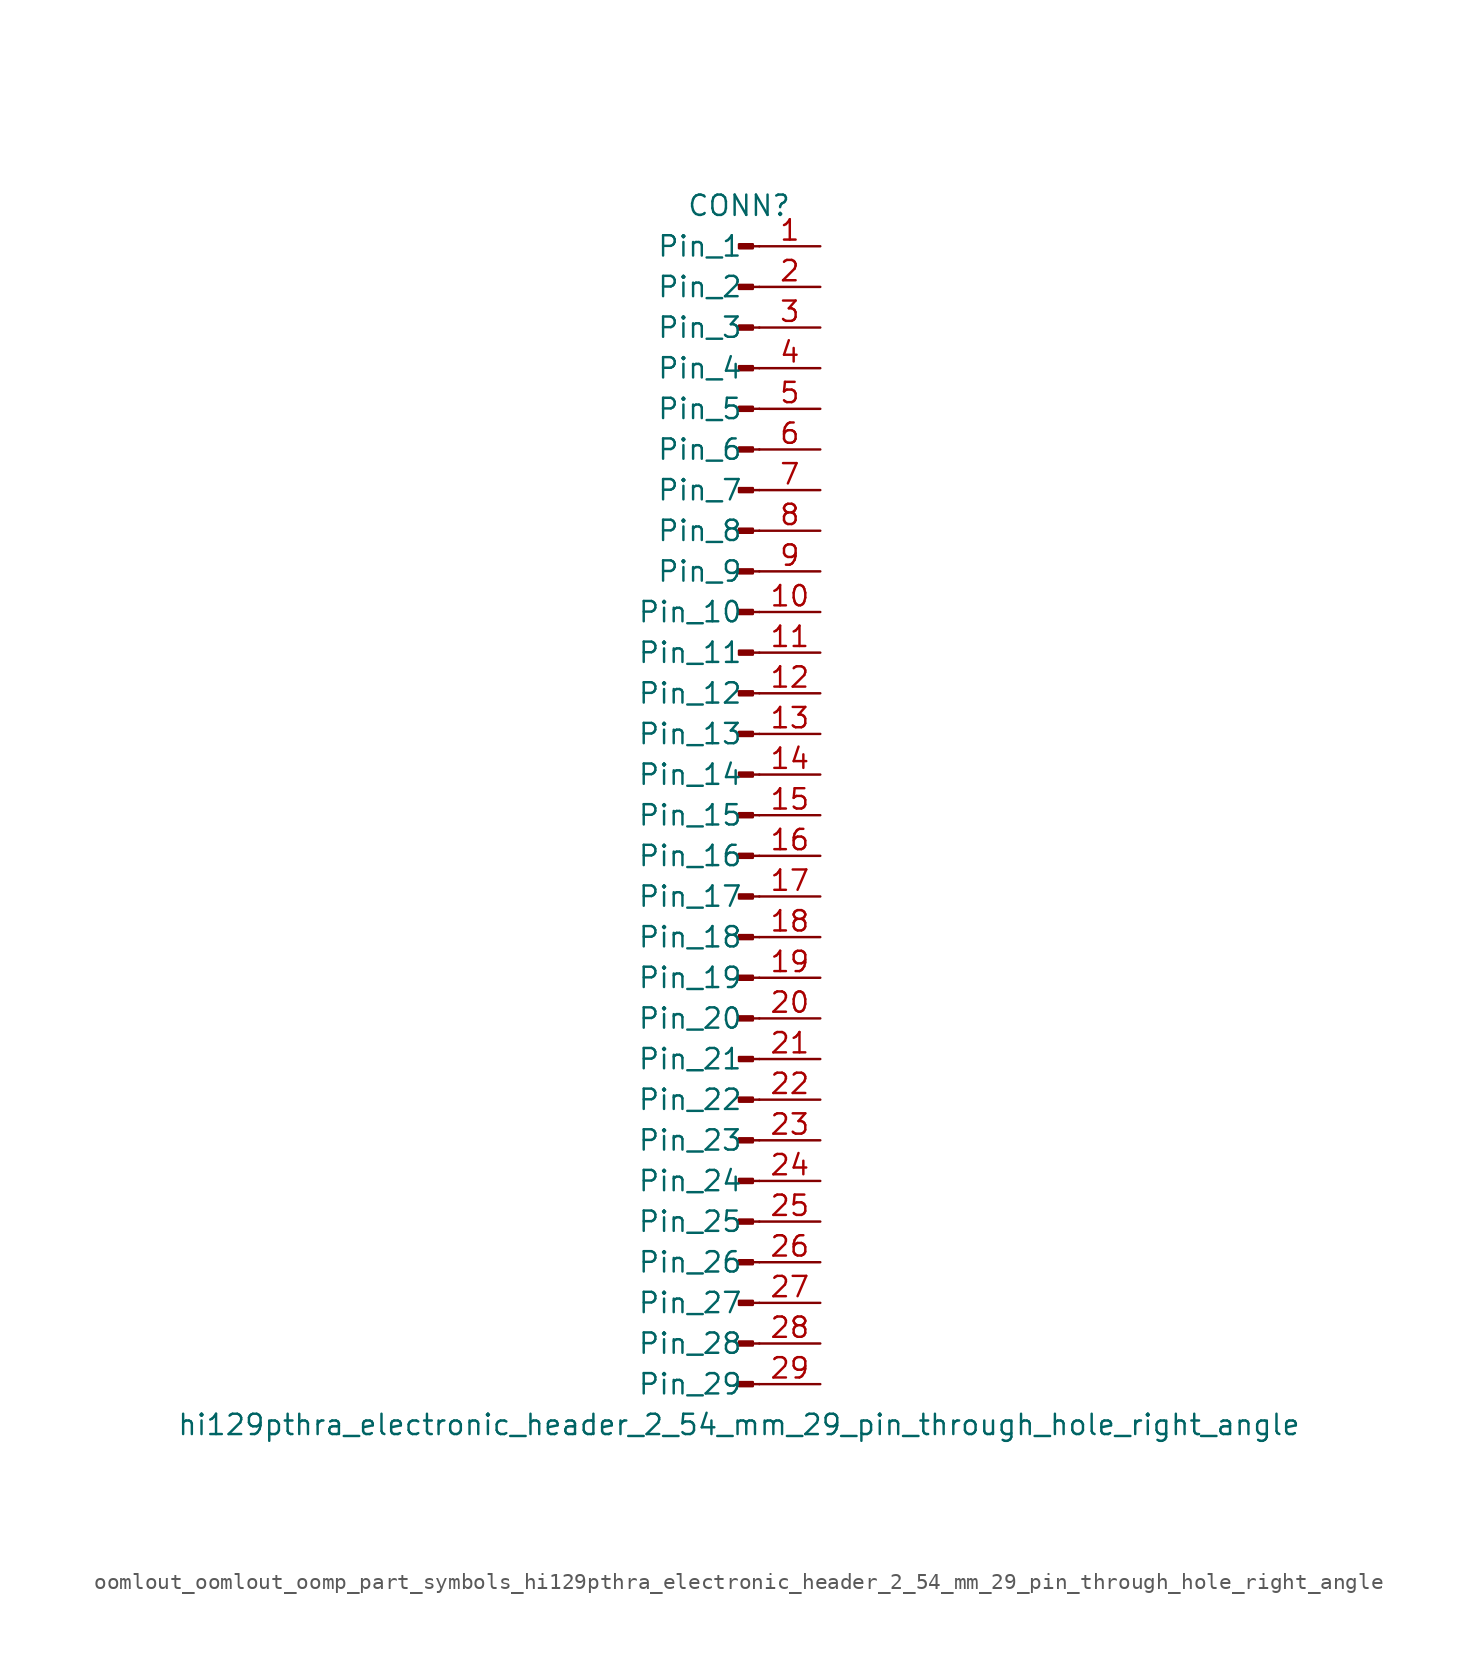
<source format=kicad_sym>
(kicad_symbol_lib
  (version 20220914)
  (generator kicad_symbol_editor)
  (symbol "oomlout_oomlout_oomp_part_symbols_hi129pthra_electronic_header_2_54_mm_29_pin_through_hole_right_angle"
    (pin_names
      (offset 1.016))
    (property "Reference" "CONN"
      (at 0 38.1 0)
      (effects (font (size 1.27 1.27))))
    (property "Value" "hi129pthra_electronic_header_2_54_mm_29_pin_through_hole_right_angle"
      (at 0 -38.1 0)
      (effects (font (size 1.27 1.27))))
    (property "ki_locked" ""
      (at 0 0 0)
      (effects (font (size 1.27 1.27))))
    (symbol "oomlout_oomlout_oomp_part_symbols_hi129pthra_electronic_header_2_54_mm_29_pin_through_hole_right_angle_1_1"
      (polyline (pts (xy 1.27 -35.56) (xy 0.864 -35.56)) (stroke (width 0.152) (type default)) (fill (type none)))
      (polyline (pts (xy 1.27 -33.02) (xy 0.864 -33.02)) (stroke (width 0.152) (type default)) (fill (type none)))
      (polyline (pts (xy 1.27 -30.48) (xy 0.864 -30.48)) (stroke (width 0.152) (type default)) (fill (type none)))
      (polyline (pts (xy 1.27 -27.94) (xy 0.864 -27.94)) (stroke (width 0.152) (type default)) (fill (type none)))
      (polyline (pts (xy 1.27 -25.4) (xy 0.864 -25.4)) (stroke (width 0.152) (type default)) (fill (type none)))
      (polyline (pts (xy 1.27 -22.86) (xy 0.864 -22.86)) (stroke (width 0.152) (type default)) (fill (type none)))
      (polyline (pts (xy 1.27 -20.32) (xy 0.864 -20.32)) (stroke (width 0.152) (type default)) (fill (type none)))
      (polyline (pts (xy 1.27 -17.78) (xy 0.864 -17.78)) (stroke (width 0.152) (type default)) (fill (type none)))
      (polyline (pts (xy 1.27 -15.24) (xy 0.864 -15.24)) (stroke (width 0.152) (type default)) (fill (type none)))
      (polyline (pts (xy 1.27 -12.7) (xy 0.864 -12.7)) (stroke (width 0.152) (type default)) (fill (type none)))
      (polyline (pts (xy 1.27 -10.16) (xy 0.864 -10.16)) (stroke (width 0.152) (type default)) (fill (type none)))
      (polyline (pts (xy 1.27 -7.62) (xy 0.864 -7.62)) (stroke (width 0.152) (type default)) (fill (type none)))
      (polyline (pts (xy 1.27 -5.08) (xy 0.864 -5.08)) (stroke (width 0.152) (type default)) (fill (type none)))
      (polyline (pts (xy 1.27 -2.54) (xy 0.864 -2.54)) (stroke (width 0.152) (type default)) (fill (type none)))
      (polyline (pts (xy 1.27 0) (xy 0.864 0)) (stroke (width 0.152) (type default)) (fill (type none)))
      (polyline (pts (xy 1.27 2.54) (xy 0.864 2.54)) (stroke (width 0.152) (type default)) (fill (type none)))
      (polyline (pts (xy 1.27 5.08) (xy 0.864 5.08)) (stroke (width 0.152) (type default)) (fill (type none)))
      (polyline (pts (xy 1.27 7.62) (xy 0.864 7.62)) (stroke (width 0.152) (type default)) (fill (type none)))
      (polyline (pts (xy 1.27 10.16) (xy 0.864 10.16)) (stroke (width 0.152) (type default)) (fill (type none)))
      (polyline (pts (xy 1.27 12.7) (xy 0.864 12.7)) (stroke (width 0.152) (type default)) (fill (type none)))
      (polyline (pts (xy 1.27 15.24) (xy 0.864 15.24)) (stroke (width 0.152) (type default)) (fill (type none)))
      (polyline (pts (xy 1.27 17.78) (xy 0.864 17.78)) (stroke (width 0.152) (type default)) (fill (type none)))
      (polyline (pts (xy 1.27 20.32) (xy 0.864 20.32)) (stroke (width 0.152) (type default)) (fill (type none)))
      (polyline (pts (xy 1.27 22.86) (xy 0.864 22.86)) (stroke (width 0.152) (type default)) (fill (type none)))
      (polyline (pts (xy 1.27 25.4) (xy 0.864 25.4)) (stroke (width 0.152) (type default)) (fill (type none)))
      (polyline (pts (xy 1.27 27.94) (xy 0.864 27.94)) (stroke (width 0.152) (type default)) (fill (type none)))
      (polyline (pts (xy 1.27 30.48) (xy 0.864 30.48)) (stroke (width 0.152) (type default)) (fill (type none)))
      (polyline (pts (xy 1.27 33.02) (xy 0.864 33.02)) (stroke (width 0.152) (type default)) (fill (type none)))
      (polyline (pts (xy 1.27 35.56) (xy 0.864 35.56)) (stroke (width 0.152) (type default)) (fill (type none)))
      (rectangle (start 0.864 -35.433) (end 0 -35.687) (stroke (width 0.152) (type default)) (fill (type outline)))
      (rectangle (start 0.864 -32.893) (end 0 -33.147) (stroke (width 0.152) (type default)) (fill (type outline)))
      (rectangle (start 0.864 -30.353) (end 0 -30.607) (stroke (width 0.152) (type default)) (fill (type outline)))
      (rectangle (start 0.864 -27.813) (end 0 -28.067) (stroke (width 0.152) (type default)) (fill (type outline)))
      (rectangle (start 0.864 -25.273) (end 0 -25.527) (stroke (width 0.152) (type default)) (fill (type outline)))
      (rectangle (start 0.864 -22.733) (end 0 -22.987) (stroke (width 0.152) (type default)) (fill (type outline)))
      (rectangle (start 0.864 -20.193) (end 0 -20.447) (stroke (width 0.152) (type default)) (fill (type outline)))
      (rectangle (start 0.864 -17.653) (end 0 -17.907) (stroke (width 0.152) (type default)) (fill (type outline)))
      (rectangle (start 0.864 -15.113) (end 0 -15.367) (stroke (width 0.152) (type default)) (fill (type outline)))
      (rectangle (start 0.864 -12.573) (end 0 -12.827) (stroke (width 0.152) (type default)) (fill (type outline)))
      (rectangle (start 0.864 -10.033) (end 0 -10.287) (stroke (width 0.152) (type default)) (fill (type outline)))
      (rectangle (start 0.864 -7.493) (end 0 -7.747) (stroke (width 0.152) (type default)) (fill (type outline)))
      (rectangle (start 0.864 -4.953) (end 0 -5.207) (stroke (width 0.152) (type default)) (fill (type outline)))
      (rectangle (start 0.864 -2.413) (end 0 -2.667) (stroke (width 0.152) (type default)) (fill (type outline)))
      (rectangle (start 0.864 0.127) (end 0 -0.127) (stroke (width 0.152) (type default)) (fill (type outline)))
      (rectangle (start 0.864 2.667) (end 0 2.413) (stroke (width 0.152) (type default)) (fill (type outline)))
      (rectangle (start 0.864 5.207) (end 0 4.953) (stroke (width 0.152) (type default)) (fill (type outline)))
      (rectangle (start 0.864 7.747) (end 0 7.493) (stroke (width 0.152) (type default)) (fill (type outline)))
      (rectangle (start 0.864 10.287) (end 0 10.033) (stroke (width 0.152) (type default)) (fill (type outline)))
      (rectangle (start 0.864 12.827) (end 0 12.573) (stroke (width 0.152) (type default)) (fill (type outline)))
      (rectangle (start 0.864 15.367) (end 0 15.113) (stroke (width 0.152) (type default)) (fill (type outline)))
      (rectangle (start 0.864 17.907) (end 0 17.653) (stroke (width 0.152) (type default)) (fill (type outline)))
      (rectangle (start 0.864 20.447) (end 0 20.193) (stroke (width 0.152) (type default)) (fill (type outline)))
      (rectangle (start 0.864 22.987) (end 0 22.733) (stroke (width 0.152) (type default)) (fill (type outline)))
      (rectangle (start 0.864 25.527) (end 0 25.273) (stroke (width 0.152) (type default)) (fill (type outline)))
      (rectangle (start 0.864 28.067) (end 0 27.813) (stroke (width 0.152) (type default)) (fill (type outline)))
      (rectangle (start 0.864 30.607) (end 0 30.353) (stroke (width 0.152) (type default)) (fill (type outline)))
      (rectangle (start 0.864 33.147) (end 0 32.893) (stroke (width 0.152) (type default)) (fill (type outline)))
      (rectangle (start 0.864 35.687) (end 0 35.433) (stroke (width 0.152) (type default)) (fill (type outline)))
      (pin passive line (at 5.08 35.56 180) (length 3.81) (name "Pin_1" (effects (font (size 1.27 1.27)))) (number "1" (effects (font (size 1.27 1.27)))))
      (pin passive line (at 5.08 12.7 180) (length 3.81) (name "Pin_10" (effects (font (size 1.27 1.27)))) (number "10" (effects (font (size 1.27 1.27)))))
      (pin passive line (at 5.08 10.16 180) (length 3.81) (name "Pin_11" (effects (font (size 1.27 1.27)))) (number "11" (effects (font (size 1.27 1.27)))))
      (pin passive line (at 5.08 7.62 180) (length 3.81) (name "Pin_12" (effects (font (size 1.27 1.27)))) (number "12" (effects (font (size 1.27 1.27)))))
      (pin passive line (at 5.08 5.08 180) (length 3.81) (name "Pin_13" (effects (font (size 1.27 1.27)))) (number "13" (effects (font (size 1.27 1.27)))))
      (pin passive line (at 5.08 2.54 180) (length 3.81) (name "Pin_14" (effects (font (size 1.27 1.27)))) (number "14" (effects (font (size 1.27 1.27)))))
      (pin passive line (at 5.08 0 180) (length 3.81) (name "Pin_15" (effects (font (size 1.27 1.27)))) (number "15" (effects (font (size 1.27 1.27)))))
      (pin passive line (at 5.08 -2.54 180) (length 3.81) (name "Pin_16" (effects (font (size 1.27 1.27)))) (number "16" (effects (font (size 1.27 1.27)))))
      (pin passive line (at 5.08 -5.08 180) (length 3.81) (name "Pin_17" (effects (font (size 1.27 1.27)))) (number "17" (effects (font (size 1.27 1.27)))))
      (pin passive line (at 5.08 -7.62 180) (length 3.81) (name "Pin_18" (effects (font (size 1.27 1.27)))) (number "18" (effects (font (size 1.27 1.27)))))
      (pin passive line (at 5.08 -10.16 180) (length 3.81) (name "Pin_19" (effects (font (size 1.27 1.27)))) (number "19" (effects (font (size 1.27 1.27)))))
      (pin passive line (at 5.08 33.02 180) (length 3.81) (name "Pin_2" (effects (font (size 1.27 1.27)))) (number "2" (effects (font (size 1.27 1.27)))))
      (pin passive line (at 5.08 -12.7 180) (length 3.81) (name "Pin_20" (effects (font (size 1.27 1.27)))) (number "20" (effects (font (size 1.27 1.27)))))
      (pin passive line (at 5.08 -15.24 180) (length 3.81) (name "Pin_21" (effects (font (size 1.27 1.27)))) (number "21" (effects (font (size 1.27 1.27)))))
      (pin passive line (at 5.08 -17.78 180) (length 3.81) (name "Pin_22" (effects (font (size 1.27 1.27)))) (number "22" (effects (font (size 1.27 1.27)))))
      (pin passive line (at 5.08 -20.32 180) (length 3.81) (name "Pin_23" (effects (font (size 1.27 1.27)))) (number "23" (effects (font (size 1.27 1.27)))))
      (pin passive line (at 5.08 -22.86 180) (length 3.81) (name "Pin_24" (effects (font (size 1.27 1.27)))) (number "24" (effects (font (size 1.27 1.27)))))
      (pin passive line (at 5.08 -25.4 180) (length 3.81) (name "Pin_25" (effects (font (size 1.27 1.27)))) (number "25" (effects (font (size 1.27 1.27)))))
      (pin passive line (at 5.08 -27.94 180) (length 3.81) (name "Pin_26" (effects (font (size 1.27 1.27)))) (number "26" (effects (font (size 1.27 1.27)))))
      (pin passive line (at 5.08 -30.48 180) (length 3.81) (name "Pin_27" (effects (font (size 1.27 1.27)))) (number "27" (effects (font (size 1.27 1.27)))))
      (pin passive line (at 5.08 -33.02 180) (length 3.81) (name "Pin_28" (effects (font (size 1.27 1.27)))) (number "28" (effects (font (size 1.27 1.27)))))
      (pin passive line (at 5.08 -35.56 180) (length 3.81) (name "Pin_29" (effects (font (size 1.27 1.27)))) (number "29" (effects (font (size 1.27 1.27)))))
      (pin passive line (at 5.08 30.48 180) (length 3.81) (name "Pin_3" (effects (font (size 1.27 1.27)))) (number "3" (effects (font (size 1.27 1.27)))))
      (pin passive line (at 5.08 27.94 180) (length 3.81) (name "Pin_4" (effects (font (size 1.27 1.27)))) (number "4" (effects (font (size 1.27 1.27)))))
      (pin passive line (at 5.08 25.4 180) (length 3.81) (name "Pin_5" (effects (font (size 1.27 1.27)))) (number "5" (effects (font (size 1.27 1.27)))))
      (pin passive line (at 5.08 22.86 180) (length 3.81) (name "Pin_6" (effects (font (size 1.27 1.27)))) (number "6" (effects (font (size 1.27 1.27)))))
      (pin passive line (at 5.08 20.32 180) (length 3.81) (name "Pin_7" (effects (font (size 1.27 1.27)))) (number "7" (effects (font (size 1.27 1.27)))))
      (pin passive line (at 5.08 17.78 180) (length 3.81) (name "Pin_8" (effects (font (size 1.27 1.27)))) (number "8" (effects (font (size 1.27 1.27)))))
      (pin passive line (at 5.08 15.24 180) (length 3.81) (name "Pin_9" (effects (font (size 1.27 1.27)))) (number "9" (effects (font (size 1.27 1.27))))))))
</source>
